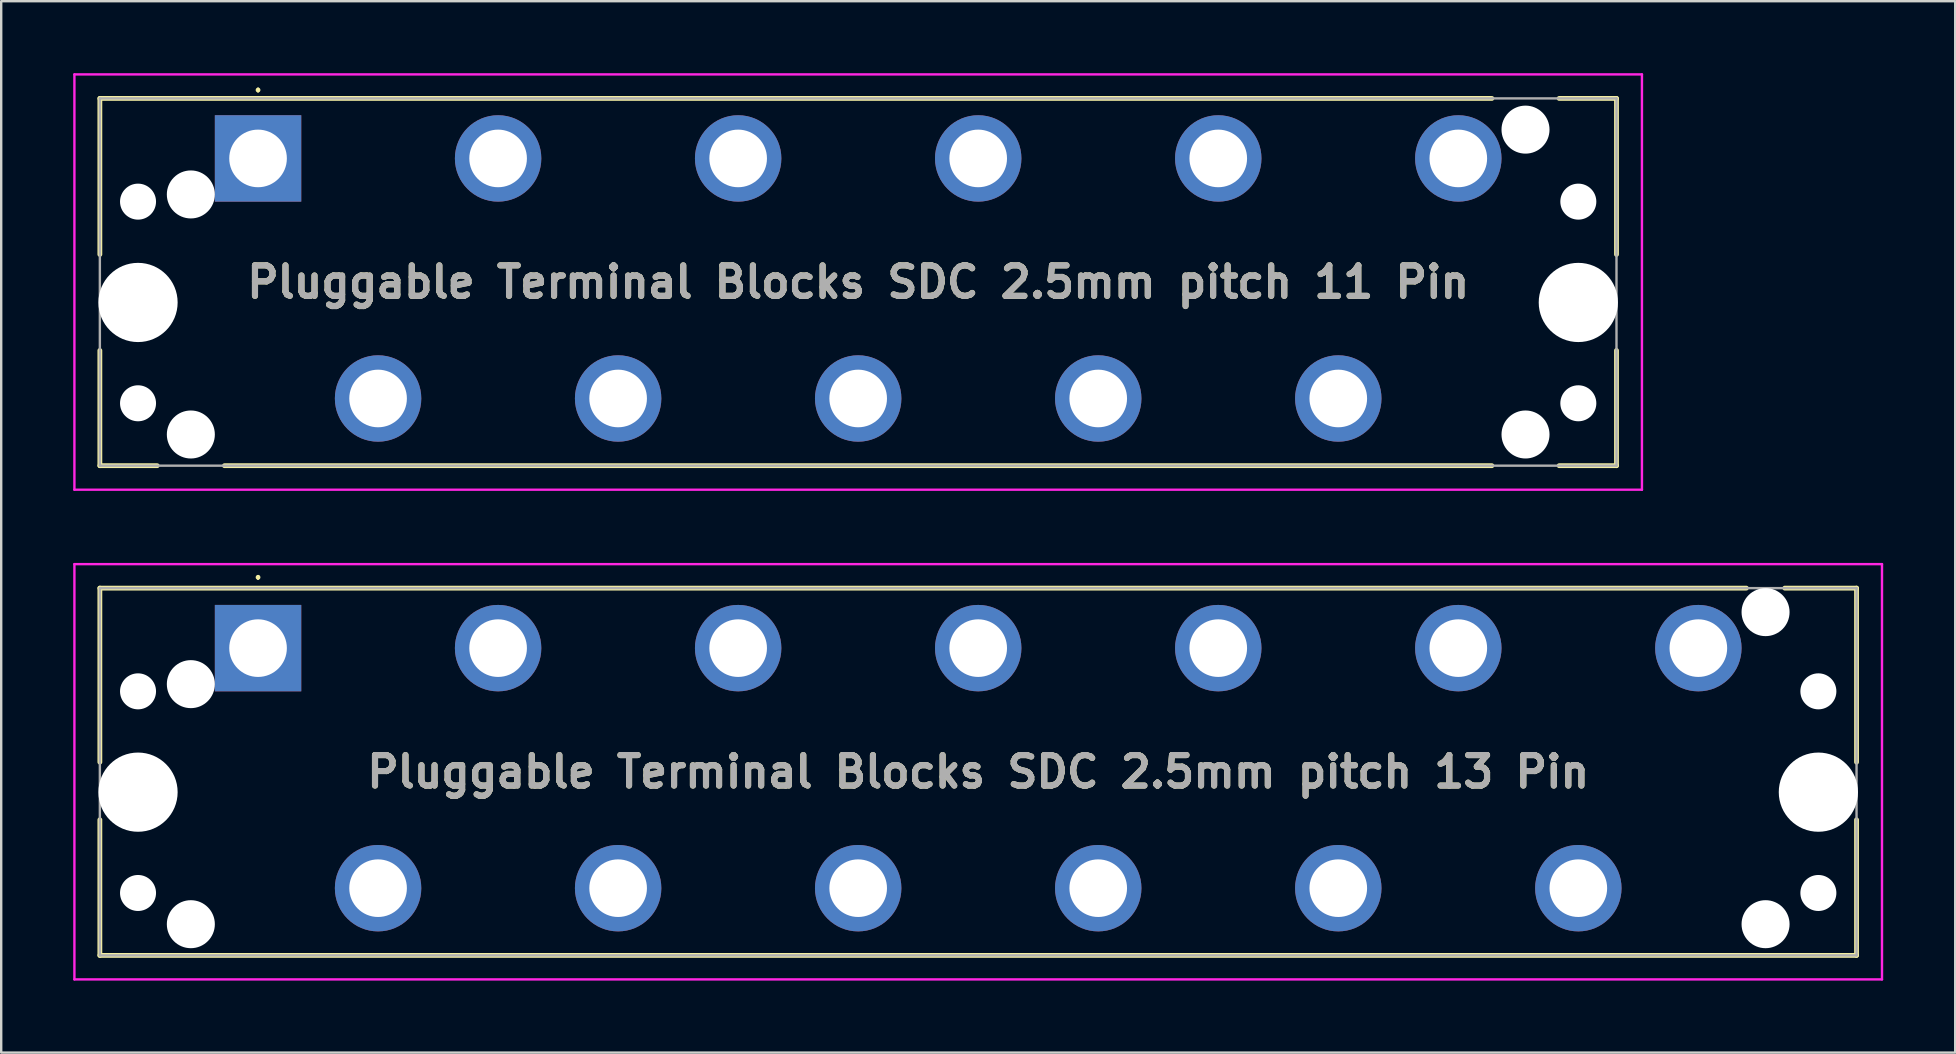
<source format=kicad_pcb>
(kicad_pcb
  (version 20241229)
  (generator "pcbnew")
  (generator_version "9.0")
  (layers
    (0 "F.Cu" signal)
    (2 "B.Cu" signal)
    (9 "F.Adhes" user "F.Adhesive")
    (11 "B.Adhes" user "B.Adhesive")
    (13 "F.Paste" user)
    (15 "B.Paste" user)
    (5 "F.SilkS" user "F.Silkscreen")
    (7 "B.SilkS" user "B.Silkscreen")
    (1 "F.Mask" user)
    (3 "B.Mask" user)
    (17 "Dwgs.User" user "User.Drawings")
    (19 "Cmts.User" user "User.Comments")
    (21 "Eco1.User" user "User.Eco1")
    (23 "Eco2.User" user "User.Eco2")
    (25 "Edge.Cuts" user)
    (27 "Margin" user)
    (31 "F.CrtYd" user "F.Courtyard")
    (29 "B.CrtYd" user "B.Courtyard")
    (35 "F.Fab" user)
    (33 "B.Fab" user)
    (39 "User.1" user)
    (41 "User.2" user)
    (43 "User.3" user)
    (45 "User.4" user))
  (footprint "Pluggable Terminal Blocks SDC 2.5mm pitch 11 Pin"
    (layer "F.Cu")
    (at 7.7 3.55)
    (property "Reference" "Pluggable Terminal Blocks SDC 2.5mm pitch 11 Pin" (at 25 5.15 0) (layer "F.SilkS") (effects (font (size 1.27 1.27) (thickness 0.254))))
    (attr through_hole)
    (fp_line (start -6.59 -2.5) (end 51.4 -2.5) (stroke (width 0.2) (type solid)) (layer "F.SilkS"))
    (fp_line (start -6.59 4) (end -6.59 -2.5) (stroke (width 0.2) (type solid)) (layer "F.SilkS"))
    (fp_line (start -6.59 12.8) (end -6.59 8) (stroke (width 0.2) (type solid)) (layer "F.SilkS"))
    (fp_line (start -4.2 12.8) (end -6.59 12.8) (stroke (width 0.2) (type solid)) (layer "F.SilkS"))
    (fp_line (start 0 -2.9) (end 0 -2.9) (stroke (width 0.1) (type solid)) (layer "F.SilkS"))
    (fp_line (start 0 -2.8) (end 0 -2.8) (stroke (width 0.1) (type solid)) (layer "F.SilkS"))
    (fp_line (start 51.4 12.8) (end -1.4 12.8) (stroke (width 0.2) (type solid)) (layer "F.SilkS"))
    (fp_line (start 54.2 -2.5) (end 56.59 -2.5) (stroke (width 0.2) (type solid)) (layer "F.SilkS"))
    (fp_line (start 56.59 -2.5) (end 56.59 4) (stroke (width 0.2) (type solid)) (layer "F.SilkS"))
    (fp_line (start 56.59 8) (end 56.59 12.8) (stroke (width 0.2) (type solid)) (layer "F.SilkS"))
    (fp_line (start 56.59 12.8) (end 54.2 12.8) (stroke (width 0.2) (type solid)) (layer "F.SilkS"))
    (fp_arc (start 0 -2.9) (mid 0.05 -2.85) (end 0 -2.8) (stroke (width 0.1) (type solid)) (layer "F.SilkS"))
    (fp_arc (start 0 -2.8) (mid -0.05 -2.85) (end 0 -2.9) (stroke (width 0.1) (type solid)) (layer "F.SilkS"))
    (fp_line (start -7.65 -3.5) (end 57.65 -3.5) (stroke (width 0.1) (type solid)) (layer "F.CrtYd"))
    (fp_line (start -7.65 13.8) (end -7.65 -3.5) (stroke (width 0.1) (type solid)) (layer "F.CrtYd"))
    (fp_line (start 57.65 -3.5) (end 57.65 13.8) (stroke (width 0.1) (type solid)) (layer "F.CrtYd"))
    (fp_line (start 57.65 13.8) (end -7.65 13.8) (stroke (width 0.1) (type solid)) (layer "F.CrtYd"))
    (fp_line (start -6.59 -2.5) (end -6.59 12.8) (stroke (width 0.1) (type solid)) (layer "F.Fab"))
    (fp_line (start -6.59 12.8) (end 56.59 12.8) (stroke (width 0.1) (type solid)) (layer "F.Fab"))
    (fp_line (start 56.59 -2.5) (end -6.59 -2.5) (stroke (width 0.1) (type solid)) (layer "F.Fab"))
    (fp_line (start 56.59 12.8) (end 56.59 -2.5) (stroke (width 0.1) (type solid)) (layer "F.Fab"))
    (fp_text user "${REFERENCE}" (at 25 5.15 0) (layer "F.Fab") (effects (font (size 1.27 1.27) (thickness 0.254))))
    (pad "" np_thru_hole circle (at -5 1.8) (size 1.5 1.5) (drill 1.5) (layers "*.Cu" "*.Mask"))
    (pad "" np_thru_hole circle (at -5 6) (size 3.3 3.3) (drill 3.3) (layers "*.Cu" "*.Mask"))
    (pad "" np_thru_hole circle (at -5 10.2) (size 1.5 1.5) (drill 1.5) (layers "*.Cu" "*.Mask"))
    (pad "" np_thru_hole circle (at -2.8 1.5) (size 2 2) (drill 2) (layers "*.Cu" "*.Mask"))
    (pad "" np_thru_hole circle (at -2.8 11.5) (size 2 2) (drill 2) (layers "*.Cu" "*.Mask"))
    (pad "" np_thru_hole circle (at 52.8 -1.2) (size 2 2) (drill 2) (layers "*.Cu" "*.Mask"))
    (pad "" np_thru_hole circle (at 52.8 11.5) (size 2 2) (drill 2) (layers "*.Cu" "*.Mask"))
    (pad "" np_thru_hole circle (at 55 1.8) (size 1.5 1.5) (drill 1.5) (layers "*.Cu" "*.Mask"))
    (pad "" np_thru_hole circle (at 55 6) (size 3.3 3.3) (drill 3.3) (layers "*.Cu" "*.Mask"))
    (pad "" np_thru_hole circle (at 55 10.2) (size 1.5 1.5) (drill 1.5) (layers "*.Cu" "*.Mask"))
    (pad "1" thru_hole rect (at 0 0) (size 3.6 3.6) (drill 2.4) (layers "*.Cu" "*.Mask"))
    (pad "2" thru_hole circle (at 5 10) (size 3.6 3.6) (drill 2.4) (layers "*.Cu" "*.Mask"))
    (pad "3" thru_hole circle (at 10 0) (size 3.6 3.6) (drill 2.4) (layers "*.Cu" "*.Mask"))
    (pad "4" thru_hole circle (at 15 10) (size 3.6 3.6) (drill 2.4) (layers "*.Cu" "*.Mask"))
    (pad "5" thru_hole circle (at 20 0) (size 3.6 3.6) (drill 2.4) (layers "*.Cu" "*.Mask"))
    (pad "6" thru_hole circle (at 25 10) (size 3.6 3.6) (drill 2.4) (layers "*.Cu" "*.Mask"))
    (pad "7" thru_hole circle (at 30 0) (size 3.6 3.6) (drill 2.4) (layers "*.Cu" "*.Mask"))
    (pad "8" thru_hole circle (at 35 10) (size 3.6 3.6) (drill 2.4) (layers "*.Cu" "*.Mask"))
    (pad "9" thru_hole circle (at 40 0) (size 3.6 3.6) (drill 2.4) (layers "*.Cu" "*.Mask"))
    (pad "10" thru_hole circle (at 45 10) (size 3.6 3.6) (drill 2.4) (layers "*.Cu" "*.Mask"))
    (pad "11" thru_hole circle (at 50 0) (size 3.6 3.6) (drill 2.4) (layers "*.Cu" "*.Mask")))
  (footprint "Pluggable Terminal Blocks SDC 2.5mm pitch 13 Pin"
    (layer "F.Cu")
    (at 7.7 23.95)
    (property "Reference" "Pluggable Terminal Blocks SDC 2.5mm pitch 13 Pin" (at 30 5.15 0) (layer "F.SilkS") (effects (font (size 1.27 1.27) (thickness 0.254))))
    (attr through_hole)
    (fp_line (start -6.59 -2.5) (end -6.59 4.75) (stroke (width 0.2) (type solid)) (layer "F.SilkS"))
    (fp_line (start -6.59 7.15) (end -6.59 12.8) (stroke (width 0.2) (type solid)) (layer "F.SilkS"))
    (fp_line (start -6.59 12.8) (end 66.59 12.8) (stroke (width 0.2) (type solid)) (layer "F.SilkS"))
    (fp_line (start 0 -3) (end 0 -3) (stroke (width 0.1) (type solid)) (layer "F.SilkS"))
    (fp_line (start 0 -2.9) (end 0 -2.9) (stroke (width 0.1) (type solid)) (layer "F.SilkS"))
    (fp_line (start 62 -2.5) (end -6.59 -2.5) (stroke (width 0.2) (type solid)) (layer "F.SilkS"))
    (fp_line (start 66.59 -2.5) (end 63.6 -2.5) (stroke (width 0.2) (type solid)) (layer "F.SilkS"))
    (fp_line (start 66.59 4.75) (end 66.59 -2.5) (stroke (width 0.2) (type solid)) (layer "F.SilkS"))
    (fp_line (start 66.59 12.8) (end 66.59 7.15) (stroke (width 0.2) (type solid)) (layer "F.SilkS"))
    (fp_arc (start 0 -3) (mid 0.05 -2.95) (end 0 -2.9) (stroke (width 0.1) (type solid)) (layer "F.SilkS"))
    (fp_arc (start 0 -2.9) (mid -0.05 -2.95) (end 0 -3) (stroke (width 0.1) (type solid)) (layer "F.SilkS"))
    (fp_line (start -7.65 -3.5) (end 67.65 -3.5) (stroke (width 0.1) (type solid)) (layer "F.CrtYd"))
    (fp_line (start -7.65 13.8) (end -7.65 -3.5) (stroke (width 0.1) (type solid)) (layer "F.CrtYd"))
    (fp_line (start 67.65 -3.5) (end 67.65 13.8) (stroke (width 0.1) (type solid)) (layer "F.CrtYd"))
    (fp_line (start 67.65 13.8) (end -7.65 13.8) (stroke (width 0.1) (type solid)) (layer "F.CrtYd"))
    (fp_line (start -6.59 -2.5) (end -6.59 12.8) (stroke (width 0.1) (type solid)) (layer "F.Fab"))
    (fp_line (start -6.59 12.8) (end 66.59 12.8) (stroke (width 0.1) (type solid)) (layer "F.Fab"))
    (fp_line (start 66.59 -2.5) (end -6.59 -2.5) (stroke (width 0.1) (type solid)) (layer "F.Fab"))
    (fp_line (start 66.59 12.8) (end 66.59 -2.5) (stroke (width 0.1) (type solid)) (layer "F.Fab"))
    (fp_text user "${REFERENCE}" (at 30 5.15 0) (layer "F.Fab") (effects (font (size 1.27 1.27) (thickness 0.254))))
    (pad "" np_thru_hole circle (at -5 1.8) (size 1.5 1.5) (drill 1.5) (layers "*.Cu" "*.Mask"))
    (pad "" np_thru_hole circle (at -5 6) (size 3.3 3.3) (drill 3.3) (layers "*.Cu" "*.Mask"))
    (pad "" np_thru_hole circle (at -5 10.2) (size 1.5 1.5) (drill 1.5) (layers "*.Cu" "*.Mask"))
    (pad "" np_thru_hole circle (at -2.8 1.5) (size 2 2) (drill 2) (layers "*.Cu" "*.Mask"))
    (pad "" np_thru_hole circle (at -2.8 11.5) (size 2 2) (drill 2) (layers "*.Cu" "*.Mask"))
    (pad "" np_thru_hole circle (at 62.8 -1.5) (size 2 2) (drill 2) (layers "*.Cu" "*.Mask"))
    (pad "" np_thru_hole circle (at 62.8 11.5) (size 2 2) (drill 2) (layers "*.Cu" "*.Mask"))
    (pad "" np_thru_hole circle (at 65 1.8) (size 1.5 1.5) (drill 1.5) (layers "*.Cu" "*.Mask"))
    (pad "" np_thru_hole circle (at 65 6) (size 3.3 3.3) (drill 3.3) (layers "*.Cu" "*.Mask"))
    (pad "" np_thru_hole circle (at 65 10.2) (size 1.5 1.5) (drill 1.5) (layers "*.Cu" "*.Mask"))
    (pad "1" thru_hole rect (at 0 0) (size 3.6 3.6) (drill 2.4) (layers "*.Cu" "*.Mask"))
    (pad "2" thru_hole circle (at 5 10) (size 3.6 3.6) (drill 2.4) (layers "*.Cu" "*.Mask"))
    (pad "3" thru_hole circle (at 10 0) (size 3.6 3.6) (drill 2.4) (layers "*.Cu" "*.Mask"))
    (pad "4" thru_hole circle (at 15 10) (size 3.6 3.6) (drill 2.4) (layers "*.Cu" "*.Mask"))
    (pad "5" thru_hole circle (at 20 0) (size 3.6 3.6) (drill 2.4) (layers "*.Cu" "*.Mask"))
    (pad "6" thru_hole circle (at 25 10) (size 3.6 3.6) (drill 2.4) (layers "*.Cu" "*.Mask"))
    (pad "7" thru_hole circle (at 30 0) (size 3.6 3.6) (drill 2.4) (layers "*.Cu" "*.Mask"))
    (pad "8" thru_hole circle (at 35 10) (size 3.6 3.6) (drill 2.4) (layers "*.Cu" "*.Mask"))
    (pad "9" thru_hole circle (at 40 0) (size 3.6 3.6) (drill 2.4) (layers "*.Cu" "*.Mask"))
    (pad "10" thru_hole circle (at 45 10) (size 3.6 3.6) (drill 2.4) (layers "*.Cu" "*.Mask"))
    (pad "11" thru_hole circle (at 50 0) (size 3.6 3.6) (drill 2.4) (layers "*.Cu" "*.Mask"))
    (pad "12" thru_hole circle (at 55 10) (size 3.6 3.6) (drill 2.4) (layers "*.Cu" "*.Mask"))
    (pad "13" thru_hole circle (at 60 0) (size 3.6 3.6) (drill 2.4) (layers "*.Cu" "*.Mask")))
  (gr_rect
    (start -3 -3)
    (end 78.4 40.8)
    (stroke (width 0.1) (type default))
    (fill no)
    (layer "Edge.Cuts")))
</source>
